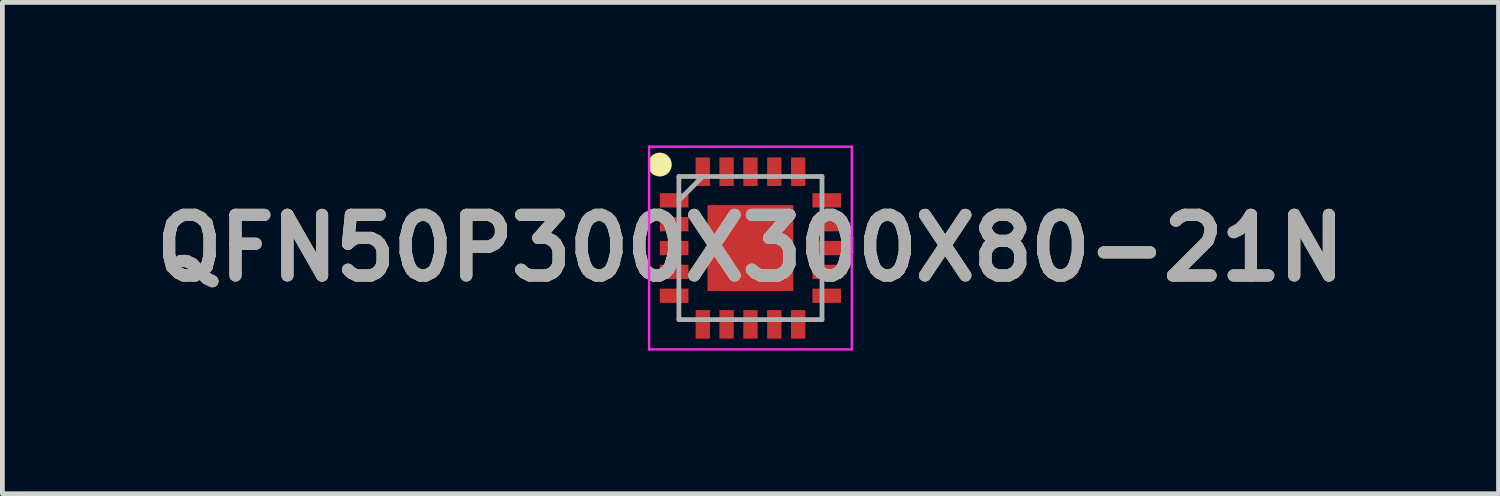
<source format=kicad_pcb>
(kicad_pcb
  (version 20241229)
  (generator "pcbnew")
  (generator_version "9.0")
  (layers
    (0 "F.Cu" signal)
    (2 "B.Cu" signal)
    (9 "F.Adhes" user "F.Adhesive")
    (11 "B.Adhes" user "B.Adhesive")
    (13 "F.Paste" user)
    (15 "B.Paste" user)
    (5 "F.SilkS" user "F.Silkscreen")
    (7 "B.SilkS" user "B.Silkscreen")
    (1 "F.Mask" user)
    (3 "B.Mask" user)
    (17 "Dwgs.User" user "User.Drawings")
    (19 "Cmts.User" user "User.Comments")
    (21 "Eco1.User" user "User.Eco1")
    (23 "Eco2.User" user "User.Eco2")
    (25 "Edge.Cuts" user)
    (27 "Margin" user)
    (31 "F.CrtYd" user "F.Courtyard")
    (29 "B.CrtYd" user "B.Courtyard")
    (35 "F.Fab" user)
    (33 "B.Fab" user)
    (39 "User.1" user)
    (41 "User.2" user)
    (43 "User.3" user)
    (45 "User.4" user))
  (footprint "QFN50P300X300X80-21N"
    (layer "F.Cu")
    (at 12.682 2.15)
    (property "Reference" "QFN50P300X300X80-21N" (at 0 0 0) (layer "F.SilkS") (effects (font (size 1.27 1.27) (thickness 0.254))))
    (attr smd)
    (fp_circle (center -1.9 -1.75) (end -1.9 -1.625) (stroke (width 0.25) (type solid)) (fill no) (layer "F.SilkS"))
    (fp_line (start -2.125 -2.125) (end 2.125 -2.125) (stroke (width 0.05) (type solid)) (layer "F.CrtYd"))
    (fp_line (start -2.125 2.125) (end -2.125 -2.125) (stroke (width 0.05) (type solid)) (layer "F.CrtYd"))
    (fp_line (start 2.125 -2.125) (end 2.125 2.125) (stroke (width 0.05) (type solid)) (layer "F.CrtYd"))
    (fp_line (start 2.125 2.125) (end -2.125 2.125) (stroke (width 0.05) (type solid)) (layer "F.CrtYd"))
    (fp_line (start -1.5 -1.5) (end 1.5 -1.5) (stroke (width 0.1) (type solid)) (layer "F.Fab"))
    (fp_line (start -1.5 -1) (end -1 -1.5) (stroke (width 0.1) (type solid)) (layer "F.Fab"))
    (fp_line (start -1.5 1.5) (end -1.5 -1.5) (stroke (width 0.1) (type solid)) (layer "F.Fab"))
    (fp_line (start 1.5 -1.5) (end 1.5 1.5) (stroke (width 0.1) (type solid)) (layer "F.Fab"))
    (fp_line (start 1.5 1.5) (end -1.5 1.5) (stroke (width 0.1) (type solid)) (layer "F.Fab"))
    (fp_text user "${REFERENCE}" (at 0 0 0) (layer "F.Fab") (effects (font (size 1.27 1.27) (thickness 0.254))))
    (pad "1" smd rect (at -1.6 -1 90) (size 0.3 0.6) (layers "F.Cu" "F.Mask" "F.Paste"))
    (pad "2" smd rect (at -1.6 -0.5 90) (size 0.3 0.6) (layers "F.Cu" "F.Mask" "F.Paste"))
    (pad "3" smd rect (at -1.6 0 90) (size 0.3 0.6) (layers "F.Cu" "F.Mask" "F.Paste"))
    (pad "4" smd rect (at -1.6 0.5 90) (size 0.3 0.6) (layers "F.Cu" "F.Mask" "F.Paste"))
    (pad "5" smd rect (at -1.6 1 90) (size 0.3 0.6) (layers "F.Cu" "F.Mask" "F.Paste"))
    (pad "6" smd rect (at -1 1.6) (size 0.3 0.6) (layers "F.Cu" "F.Mask" "F.Paste"))
    (pad "7" smd rect (at -0.5 1.6) (size 0.3 0.6) (layers "F.Cu" "F.Mask" "F.Paste"))
    (pad "8" smd rect (at 0 1.6) (size 0.3 0.6) (layers "F.Cu" "F.Mask" "F.Paste"))
    (pad "9" smd rect (at 0.5 1.6) (size 0.3 0.6) (layers "F.Cu" "F.Mask" "F.Paste"))
    (pad "10" smd rect (at 1 1.6) (size 0.3 0.6) (layers "F.Cu" "F.Mask" "F.Paste"))
    (pad "11" smd rect (at 1.6 1 90) (size 0.3 0.6) (layers "F.Cu" "F.Mask" "F.Paste"))
    (pad "12" smd rect (at 1.6 0.5 90) (size 0.3 0.6) (layers "F.Cu" "F.Mask" "F.Paste"))
    (pad "13" smd rect (at 1.6 0 90) (size 0.3 0.6) (layers "F.Cu" "F.Mask" "F.Paste"))
    (pad "14" smd rect (at 1.6 -0.5 90) (size 0.3 0.6) (layers "F.Cu" "F.Mask" "F.Paste"))
    (pad "15" smd rect (at 1.6 -1 90) (size 0.3 0.6) (layers "F.Cu" "F.Mask" "F.Paste"))
    (pad "16" smd rect (at 1 -1.6) (size 0.3 0.6) (layers "F.Cu" "F.Mask" "F.Paste"))
    (pad "17" smd rect (at 0.5 -1.6) (size 0.3 0.6) (layers "F.Cu" "F.Mask" "F.Paste"))
    (pad "18" smd rect (at 0 -1.6) (size 0.3 0.6) (layers "F.Cu" "F.Mask" "F.Paste"))
    (pad "19" smd rect (at -0.5 -1.6) (size 0.3 0.6) (layers "F.Cu" "F.Mask" "F.Paste"))
    (pad "20" smd rect (at -1 -1.6) (size 0.3 0.6) (layers "F.Cu" "F.Mask" "F.Paste"))
    (pad "21" smd rect (at 0 0) (size 1.8 1.8) (layers "F.Cu" "F.Mask" "F.Paste")))
  (gr_rect
    (start -3 -3)
    (end 28.364 7.3)
    (stroke (width 0.1) (type default))
    (fill no)
    (layer "Edge.Cuts")))
</source>
